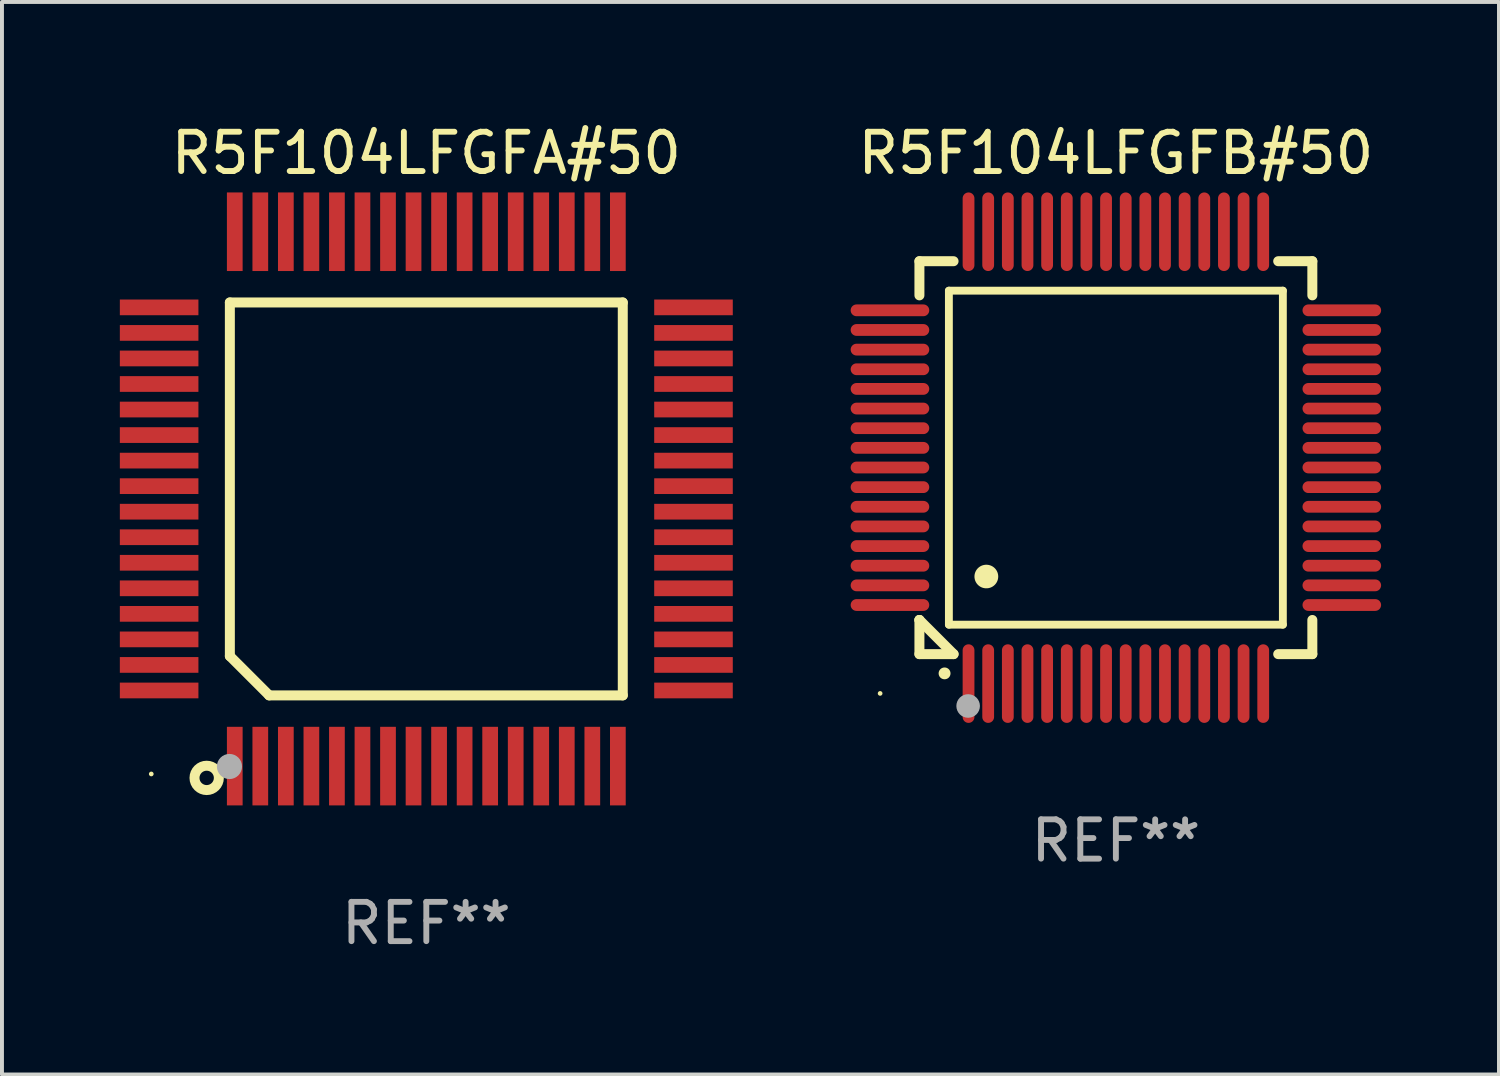
<source format=kicad_pcb>
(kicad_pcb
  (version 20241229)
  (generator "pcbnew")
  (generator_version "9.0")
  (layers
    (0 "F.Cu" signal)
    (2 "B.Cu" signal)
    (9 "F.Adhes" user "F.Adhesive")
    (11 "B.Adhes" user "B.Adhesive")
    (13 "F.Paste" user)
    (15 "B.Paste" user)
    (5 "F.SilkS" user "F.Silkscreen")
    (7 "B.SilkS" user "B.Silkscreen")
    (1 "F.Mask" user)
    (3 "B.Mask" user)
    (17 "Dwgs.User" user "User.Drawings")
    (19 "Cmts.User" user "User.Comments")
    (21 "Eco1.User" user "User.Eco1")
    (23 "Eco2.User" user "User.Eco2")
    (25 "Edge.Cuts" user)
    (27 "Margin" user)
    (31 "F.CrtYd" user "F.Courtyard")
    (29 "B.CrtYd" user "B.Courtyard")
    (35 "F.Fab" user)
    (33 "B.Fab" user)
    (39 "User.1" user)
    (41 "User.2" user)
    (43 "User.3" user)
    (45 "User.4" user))
  (footprint "R5F104LFGFA#50"
    (layer "F.Cu")
    (at 7.8 9.648)
    (property "Reference" "R5F104LFGFA#50" (at 0 -8.8 0) (layer "F.SilkS") (effects (font (size 1 1) (thickness 0.15))))
    (attr through_hole)
    (fp_line (start -5 -5) (end 5 -5) (stroke (width 0.254) (type solid)) (layer "F.SilkS"))
    (fp_line (start -5 4) (end -5 -5) (stroke (width 0.254) (type solid)) (layer "F.SilkS"))
    (fp_line (start -4 5) (end -5 4) (stroke (width 0.254) (type solid)) (layer "F.SilkS"))
    (fp_line (start 5 -5) (end 5 5) (stroke (width 0.254) (type solid)) (layer "F.SilkS"))
    (fp_line (start 5 5) (end -4 5) (stroke (width 0.254) (type solid)) (layer "F.SilkS"))
    (fp_circle (center -7 7) (end -6.97 7) (stroke (width 0.06) (type solid)) (fill no) (layer "F.SilkS"))
    (fp_circle (center -5.59 7.1) (end -5.28 7.1) (stroke (width 0.254) (type solid)) (fill no) (layer "F.SilkS"))
    (fp_circle (center -5.01 6.81) (end -4.85 6.81) (stroke (width 0.32) (type solid)) (fill no) (layer "F.Fab"))
    (fp_text user "REF**" (at 0 10.8 0) (layer "F.Fab") (effects (font (size 1 1) (thickness 0.15))))
    (pad "1" smd rect (at -4.875 6.8) (size 0.4 2) (layers "F.Cu" "F.Mask" "F.Paste"))
    (pad "2" smd rect (at -4.225 6.8) (size 0.4 2) (layers "F.Cu" "F.Mask" "F.Paste"))
    (pad "3" smd rect (at -3.575 6.8) (size 0.4 2) (layers "F.Cu" "F.Mask" "F.Paste"))
    (pad "4" smd rect (at -2.925 6.8) (size 0.4 2) (layers "F.Cu" "F.Mask" "F.Paste"))
    (pad "5" smd rect (at -2.275 6.8) (size 0.4 2) (layers "F.Cu" "F.Mask" "F.Paste"))
    (pad "6" smd rect (at -1.625 6.8) (size 0.4 2) (layers "F.Cu" "F.Mask" "F.Paste"))
    (pad "7" smd rect (at -0.975 6.8) (size 0.4 2) (layers "F.Cu" "F.Mask" "F.Paste"))
    (pad "8" smd rect (at -0.325 6.8) (size 0.4 2) (layers "F.Cu" "F.Mask" "F.Paste"))
    (pad "9" smd rect (at 0.325 6.8) (size 0.4 2) (layers "F.Cu" "F.Mask" "F.Paste"))
    (pad "10" smd rect (at 0.975 6.8) (size 0.4 2) (layers "F.Cu" "F.Mask" "F.Paste"))
    (pad "11" smd rect (at 1.625 6.8) (size 0.4 2) (layers "F.Cu" "F.Mask" "F.Paste"))
    (pad "12" smd rect (at 2.275 6.8) (size 0.4 2) (layers "F.Cu" "F.Mask" "F.Paste"))
    (pad "13" smd rect (at 2.925 6.8) (size 0.4 2) (layers "F.Cu" "F.Mask" "F.Paste"))
    (pad "14" smd rect (at 3.575 6.8) (size 0.4 2) (layers "F.Cu" "F.Mask" "F.Paste"))
    (pad "15" smd rect (at 4.225 6.8) (size 0.4 2) (layers "F.Cu" "F.Mask" "F.Paste"))
    (pad "16" smd rect (at 4.875 6.8) (size 0.4 2) (layers "F.Cu" "F.Mask" "F.Paste"))
    (pad "17" smd rect (at 6.8 4.875) (size 2 0.4) (layers "F.Cu" "F.Mask" "F.Paste"))
    (pad "18" smd rect (at 6.8 4.225) (size 2 0.4) (layers "F.Cu" "F.Mask" "F.Paste"))
    (pad "19" smd rect (at 6.8 3.575) (size 2 0.4) (layers "F.Cu" "F.Mask" "F.Paste"))
    (pad "20" smd rect (at 6.8 2.925) (size 2 0.4) (layers "F.Cu" "F.Mask" "F.Paste"))
    (pad "21" smd rect (at 6.8 2.275) (size 2 0.4) (layers "F.Cu" "F.Mask" "F.Paste"))
    (pad "22" smd rect (at 6.8 1.625) (size 2 0.4) (layers "F.Cu" "F.Mask" "F.Paste"))
    (pad "23" smd rect (at 6.8 0.975) (size 2 0.4) (layers "F.Cu" "F.Mask" "F.Paste"))
    (pad "24" smd rect (at 6.8 0.325) (size 2 0.4) (layers "F.Cu" "F.Mask" "F.Paste"))
    (pad "25" smd rect (at 6.8 -0.325) (size 2 0.4) (layers "F.Cu" "F.Mask" "F.Paste"))
    (pad "26" smd rect (at 6.8 -0.975) (size 2 0.4) (layers "F.Cu" "F.Mask" "F.Paste"))
    (pad "27" smd rect (at 6.8 -1.625) (size 2 0.4) (layers "F.Cu" "F.Mask" "F.Paste"))
    (pad "28" smd rect (at 6.8 -2.275) (size 2 0.4) (layers "F.Cu" "F.Mask" "F.Paste"))
    (pad "29" smd rect (at 6.8 -2.925) (size 2 0.4) (layers "F.Cu" "F.Mask" "F.Paste"))
    (pad "30" smd rect (at 6.8 -3.575) (size 2 0.4) (layers "F.Cu" "F.Mask" "F.Paste"))
    (pad "31" smd rect (at 6.8 -4.225) (size 2 0.4) (layers "F.Cu" "F.Mask" "F.Paste"))
    (pad "32" smd rect (at 6.8 -4.875) (size 2 0.4) (layers "F.Cu" "F.Mask" "F.Paste"))
    (pad "33" smd rect (at 4.875 -6.8) (size 0.4 2) (layers "F.Cu" "F.Mask" "F.Paste"))
    (pad "34" smd rect (at 4.225 -6.8) (size 0.4 2) (layers "F.Cu" "F.Mask" "F.Paste"))
    (pad "35" smd rect (at 3.575 -6.8) (size 0.4 2) (layers "F.Cu" "F.Mask" "F.Paste"))
    (pad "36" smd rect (at 2.925 -6.8) (size 0.4 2) (layers "F.Cu" "F.Mask" "F.Paste"))
    (pad "37" smd rect (at 2.275 -6.8) (size 0.4 2) (layers "F.Cu" "F.Mask" "F.Paste"))
    (pad "38" smd rect (at 1.625 -6.8) (size 0.4 2) (layers "F.Cu" "F.Mask" "F.Paste"))
    (pad "39" smd rect (at 0.975 -6.8) (size 0.4 2) (layers "F.Cu" "F.Mask" "F.Paste"))
    (pad "40" smd rect (at 0.325 -6.8) (size 0.4 2) (layers "F.Cu" "F.Mask" "F.Paste"))
    (pad "41" smd rect (at -0.325 -6.8) (size 0.4 2) (layers "F.Cu" "F.Mask" "F.Paste"))
    (pad "42" smd rect (at -0.975 -6.8) (size 0.4 2) (layers "F.Cu" "F.Mask" "F.Paste"))
    (pad "43" smd rect (at -1.625 -6.8) (size 0.4 2) (layers "F.Cu" "F.Mask" "F.Paste"))
    (pad "44" smd rect (at -2.275 -6.8) (size 0.4 2) (layers "F.Cu" "F.Mask" "F.Paste"))
    (pad "45" smd rect (at -2.925 -6.8) (size 0.4 2) (layers "F.Cu" "F.Mask" "F.Paste"))
    (pad "46" smd rect (at -3.575 -6.8) (size 0.4 2) (layers "F.Cu" "F.Mask" "F.Paste"))
    (pad "47" smd rect (at -4.225 -6.8) (size 0.4 2) (layers "F.Cu" "F.Mask" "F.Paste"))
    (pad "48" smd rect (at -4.875 -6.8) (size 0.4 2) (layers "F.Cu" "F.Mask" "F.Paste"))
    (pad "49" smd rect (at -6.8 -4.875) (size 2 0.4) (layers "F.Cu" "F.Mask" "F.Paste"))
    (pad "50" smd rect (at -6.8 -4.225) (size 2 0.4) (layers "F.Cu" "F.Mask" "F.Paste"))
    (pad "51" smd rect (at -6.8 -3.575) (size 2 0.4) (layers "F.Cu" "F.Mask" "F.Paste"))
    (pad "52" smd rect (at -6.8 -2.925) (size 2 0.4) (layers "F.Cu" "F.Mask" "F.Paste"))
    (pad "53" smd rect (at -6.8 -2.275) (size 2 0.4) (layers "F.Cu" "F.Mask" "F.Paste"))
    (pad "54" smd rect (at -6.8 -1.625) (size 2 0.4) (layers "F.Cu" "F.Mask" "F.Paste"))
    (pad "55" smd rect (at -6.8 -0.975) (size 2 0.4) (layers "F.Cu" "F.Mask" "F.Paste"))
    (pad "56" smd rect (at -6.8 -0.325) (size 2 0.4) (layers "F.Cu" "F.Mask" "F.Paste"))
    (pad "57" smd rect (at -6.8 0.325) (size 2 0.4) (layers "F.Cu" "F.Mask" "F.Paste"))
    (pad "58" smd rect (at -6.8 0.975) (size 2 0.4) (layers "F.Cu" "F.Mask" "F.Paste"))
    (pad "59" smd rect (at -6.8 1.625) (size 2 0.4) (layers "F.Cu" "F.Mask" "F.Paste"))
    (pad "60" smd rect (at -6.8 2.275) (size 2 0.4) (layers "F.Cu" "F.Mask" "F.Paste"))
    (pad "61" smd rect (at -6.8 2.925) (size 2 0.4) (layers "F.Cu" "F.Mask" "F.Paste"))
    (pad "62" smd rect (at -6.8 3.575) (size 2 0.4) (layers "F.Cu" "F.Mask" "F.Paste"))
    (pad "63" smd rect (at -6.8 4.225) (size 2 0.4) (layers "F.Cu" "F.Mask" "F.Paste"))
    (pad "64" smd rect (at -6.8 4.875) (size 2 0.4) (layers "F.Cu" "F.Mask" "F.Paste")))
  (footprint "R5F104LFGFB#50"
    (layer "F.Cu")
    (at 25.35 8.598)
    (property "Reference" "R5F104LFGFB#50" (at 0 -7.75 0) (layer "F.SilkS") (effects (font (size 1 1) (thickness 0.15))))
    (attr through_hole)
    (fp_line (start -5 -5) (end -4.131 -5) (stroke (width 0.254) (type solid)) (layer "F.SilkS"))
    (fp_line (start -5 -4.131) (end -5 -5) (stroke (width 0.254) (type solid)) (layer "F.SilkS"))
    (fp_line (start -5 4.131) (end -5 4.131) (stroke (width 0.254) (type solid)) (layer "F.SilkS"))
    (fp_line (start -5 5) (end -5 4.131) (stroke (width 0.254) (type solid)) (layer "F.SilkS"))
    (fp_line (start -5 4.131) (end -4.131 5) (stroke (width 0.254) (type solid)) (layer "F.SilkS"))
    (fp_line (start -4.25 -4.25) (end -4.25 4.25) (stroke (width 0.2) (type solid)) (layer "F.SilkS"))
    (fp_line (start -4.25 4.25) (end 4.25 4.25) (stroke (width 0.2) (type solid)) (layer "F.SilkS"))
    (fp_line (start -4.131 5) (end -5 5) (stroke (width 0.254) (type solid)) (layer "F.SilkS"))
    (fp_line (start 4.25 -4.25) (end -4.25 -4.25) (stroke (width 0.2) (type solid)) (layer "F.SilkS"))
    (fp_line (start 4.25 4.25) (end 4.25 -4.25) (stroke (width 0.2) (type solid)) (layer "F.SilkS"))
    (fp_line (start 5 -5) (end 4.131 -5) (stroke (width 0.254) (type solid)) (layer "F.SilkS"))
    (fp_line (start 5 -5) (end 5 -4.131) (stroke (width 0.254) (type solid)) (layer "F.SilkS"))
    (fp_line (start 5 4.131) (end 5 5) (stroke (width 0.254) (type solid)) (layer "F.SilkS"))
    (fp_line (start 5 5) (end 4.131 5) (stroke (width 0.254) (type solid)) (layer "F.SilkS"))
    (fp_arc (start -4.361265 5.489992) (mid -4.359995 5.489987) (end -4.358725 5.489992) (stroke (width 0.3) (type solid)) (layer "F.SilkS"))
    (fp_arc (start -3.299467 3.025146) (mid -3.296927 3.025135) (end -3.294387 3.025146) (stroke (width 0.6) (type solid)) (layer "F.SilkS"))
    (fp_circle (center -6 6) (end -5.97 6) (stroke (width 0.06) (type solid)) (fill no) (layer "F.SilkS"))
    (fp_circle (center -3.76 6.32) (end -3.61 6.32) (stroke (width 0.3) (type solid)) (fill no) (layer "F.Fab"))
    (fp_text user "REF**" (at 0 9.75 0) (layer "F.Fab") (effects (font (size 1 1) (thickness 0.15))))
    (pad "1" smd oval (at -3.75 5.75) (size 0.3 2) (layers "F.Cu" "F.Mask" "F.Paste"))
    (pad "2" smd oval (at -3.25 5.75) (size 0.3 2) (layers "F.Cu" "F.Mask" "F.Paste"))
    (pad "3" smd oval (at -2.75 5.75) (size 0.3 2) (layers "F.Cu" "F.Mask" "F.Paste"))
    (pad "4" smd oval (at -2.25 5.75) (size 0.3 2) (layers "F.Cu" "F.Mask" "F.Paste"))
    (pad "5" smd oval (at -1.75 5.75) (size 0.3 2) (layers "F.Cu" "F.Mask" "F.Paste"))
    (pad "6" smd oval (at -1.25 5.75) (size 0.3 2) (layers "F.Cu" "F.Mask" "F.Paste"))
    (pad "7" smd oval (at -0.75 5.75) (size 0.3 2) (layers "F.Cu" "F.Mask" "F.Paste"))
    (pad "8" smd oval (at -0.25 5.75) (size 0.3 2) (layers "F.Cu" "F.Mask" "F.Paste"))
    (pad "9" smd oval (at 0.25 5.75) (size 0.3 2) (layers "F.Cu" "F.Mask" "F.Paste"))
    (pad "10" smd oval (at 0.75 5.75) (size 0.3 2) (layers "F.Cu" "F.Mask" "F.Paste"))
    (pad "11" smd oval (at 1.25 5.75) (size 0.3 2) (layers "F.Cu" "F.Mask" "F.Paste"))
    (pad "12" smd oval (at 1.75 5.75) (size 0.3 2) (layers "F.Cu" "F.Mask" "F.Paste"))
    (pad "13" smd oval (at 2.25 5.75) (size 0.3 2) (layers "F.Cu" "F.Mask" "F.Paste"))
    (pad "14" smd oval (at 2.75 5.75) (size 0.3 2) (layers "F.Cu" "F.Mask" "F.Paste"))
    (pad "15" smd oval (at 3.25 5.75) (size 0.3 2) (layers "F.Cu" "F.Mask" "F.Paste"))
    (pad "16" smd oval (at 3.75 5.75) (size 0.3 2) (layers "F.Cu" "F.Mask" "F.Paste"))
    (pad "17" smd oval (at 5.75 3.75) (size 2 0.3) (layers "F.Cu" "F.Mask" "F.Paste"))
    (pad "18" smd oval (at 5.75 3.25) (size 2 0.3) (layers "F.Cu" "F.Mask" "F.Paste"))
    (pad "19" smd oval (at 5.75 2.75) (size 2 0.3) (layers "F.Cu" "F.Mask" "F.Paste"))
    (pad "20" smd oval (at 5.75 2.25) (size 2 0.3) (layers "F.Cu" "F.Mask" "F.Paste"))
    (pad "21" smd oval (at 5.75 1.75) (size 2 0.3) (layers "F.Cu" "F.Mask" "F.Paste"))
    (pad "22" smd oval (at 5.75 1.25) (size 2 0.3) (layers "F.Cu" "F.Mask" "F.Paste"))
    (pad "23" smd oval (at 5.75 0.75) (size 2 0.3) (layers "F.Cu" "F.Mask" "F.Paste"))
    (pad "24" smd oval (at 5.75 0.25) (size 2 0.3) (layers "F.Cu" "F.Mask" "F.Paste"))
    (pad "25" smd oval (at 5.75 -0.25) (size 2 0.3) (layers "F.Cu" "F.Mask" "F.Paste"))
    (pad "26" smd oval (at 5.75 -0.75) (size 2 0.3) (layers "F.Cu" "F.Mask" "F.Paste"))
    (pad "27" smd oval (at 5.75 -1.25) (size 2 0.3) (layers "F.Cu" "F.Mask" "F.Paste"))
    (pad "28" smd oval (at 5.75 -1.75) (size 2 0.3) (layers "F.Cu" "F.Mask" "F.Paste"))
    (pad "29" smd oval (at 5.75 -2.25) (size 2 0.3) (layers "F.Cu" "F.Mask" "F.Paste"))
    (pad "30" smd oval (at 5.75 -2.75) (size 2 0.3) (layers "F.Cu" "F.Mask" "F.Paste"))
    (pad "31" smd oval (at 5.75 -3.25) (size 2 0.3) (layers "F.Cu" "F.Mask" "F.Paste"))
    (pad "32" smd oval (at 5.75 -3.75) (size 2 0.3) (layers "F.Cu" "F.Mask" "F.Paste"))
    (pad "33" smd oval (at 3.75 -5.75) (size 0.3 2) (layers "F.Cu" "F.Mask" "F.Paste"))
    (pad "34" smd oval (at 3.25 -5.75) (size 0.3 2) (layers "F.Cu" "F.Mask" "F.Paste"))
    (pad "35" smd oval (at 2.75 -5.75) (size 0.3 2) (layers "F.Cu" "F.Mask" "F.Paste"))
    (pad "36" smd oval (at 2.25 -5.75) (size 0.3 2) (layers "F.Cu" "F.Mask" "F.Paste"))
    (pad "37" smd oval (at 1.75 -5.75) (size 0.3 2) (layers "F.Cu" "F.Mask" "F.Paste"))
    (pad "38" smd oval (at 1.25 -5.75) (size 0.3 2) (layers "F.Cu" "F.Mask" "F.Paste"))
    (pad "39" smd oval (at 0.75 -5.75) (size 0.3 2) (layers "F.Cu" "F.Mask" "F.Paste"))
    (pad "40" smd oval (at 0.25 -5.75) (size 0.3 2) (layers "F.Cu" "F.Mask" "F.Paste"))
    (pad "41" smd oval (at -0.25 -5.75) (size 0.3 2) (layers "F.Cu" "F.Mask" "F.Paste"))
    (pad "42" smd oval (at -0.75 -5.75) (size 0.3 2) (layers "F.Cu" "F.Mask" "F.Paste"))
    (pad "43" smd oval (at -1.25 -5.75) (size 0.3 2) (layers "F.Cu" "F.Mask" "F.Paste"))
    (pad "44" smd oval (at -1.75 -5.75) (size 0.3 2) (layers "F.Cu" "F.Mask" "F.Paste"))
    (pad "45" smd oval (at -2.25 -5.75) (size 0.3 2) (layers "F.Cu" "F.Mask" "F.Paste"))
    (pad "46" smd oval (at -2.75 -5.75) (size 0.3 2) (layers "F.Cu" "F.Mask" "F.Paste"))
    (pad "47" smd oval (at -3.25 -5.75) (size 0.3 2) (layers "F.Cu" "F.Mask" "F.Paste"))
    (pad "48" smd oval (at -3.75 -5.75) (size 0.3 2) (layers "F.Cu" "F.Mask" "F.Paste"))
    (pad "49" smd oval (at -5.75 -3.75) (size 2 0.3) (layers "F.Cu" "F.Mask" "F.Paste"))
    (pad "50" smd oval (at -5.75 -3.25) (size 2 0.3) (layers "F.Cu" "F.Mask" "F.Paste"))
    (pad "51" smd oval (at -5.75 -2.75) (size 2 0.3) (layers "F.Cu" "F.Mask" "F.Paste"))
    (pad "52" smd oval (at -5.75 -2.25) (size 2 0.3) (layers "F.Cu" "F.Mask" "F.Paste"))
    (pad "53" smd oval (at -5.75 -1.75) (size 2 0.3) (layers "F.Cu" "F.Mask" "F.Paste"))
    (pad "54" smd oval (at -5.75 -1.25) (size 2 0.3) (layers "F.Cu" "F.Mask" "F.Paste"))
    (pad "55" smd oval (at -5.75 -0.75) (size 2 0.3) (layers "F.Cu" "F.Mask" "F.Paste"))
    (pad "56" smd oval (at -5.75 -0.25) (size 2 0.3) (layers "F.Cu" "F.Mask" "F.Paste"))
    (pad "57" smd oval (at -5.75 0.25) (size 2 0.3) (layers "F.Cu" "F.Mask" "F.Paste"))
    (pad "58" smd oval (at -5.75 0.75) (size 2 0.3) (layers "F.Cu" "F.Mask" "F.Paste"))
    (pad "59" smd oval (at -5.75 1.25) (size 2 0.3) (layers "F.Cu" "F.Mask" "F.Paste"))
    (pad "60" smd oval (at -5.75 1.75) (size 2 0.3) (layers "F.Cu" "F.Mask" "F.Paste"))
    (pad "61" smd oval (at -5.75 2.25) (size 2 0.3) (layers "F.Cu" "F.Mask" "F.Paste"))
    (pad "62" smd oval (at -5.75 2.75) (size 2 0.3) (layers "F.Cu" "F.Mask" "F.Paste"))
    (pad "63" smd oval (at -5.75 3.25) (size 2 0.3) (layers "F.Cu" "F.Mask" "F.Paste"))
    (pad "64" smd oval (at -5.75 3.75) (size 2 0.3) (layers "F.Cu" "F.Mask" "F.Paste")))
  (gr_rect
    (start -3 -3)
    (end 35.1 24.297)
    (stroke (width 0.1) (type default))
    (fill no)
    (layer "Edge.Cuts")))
</source>
